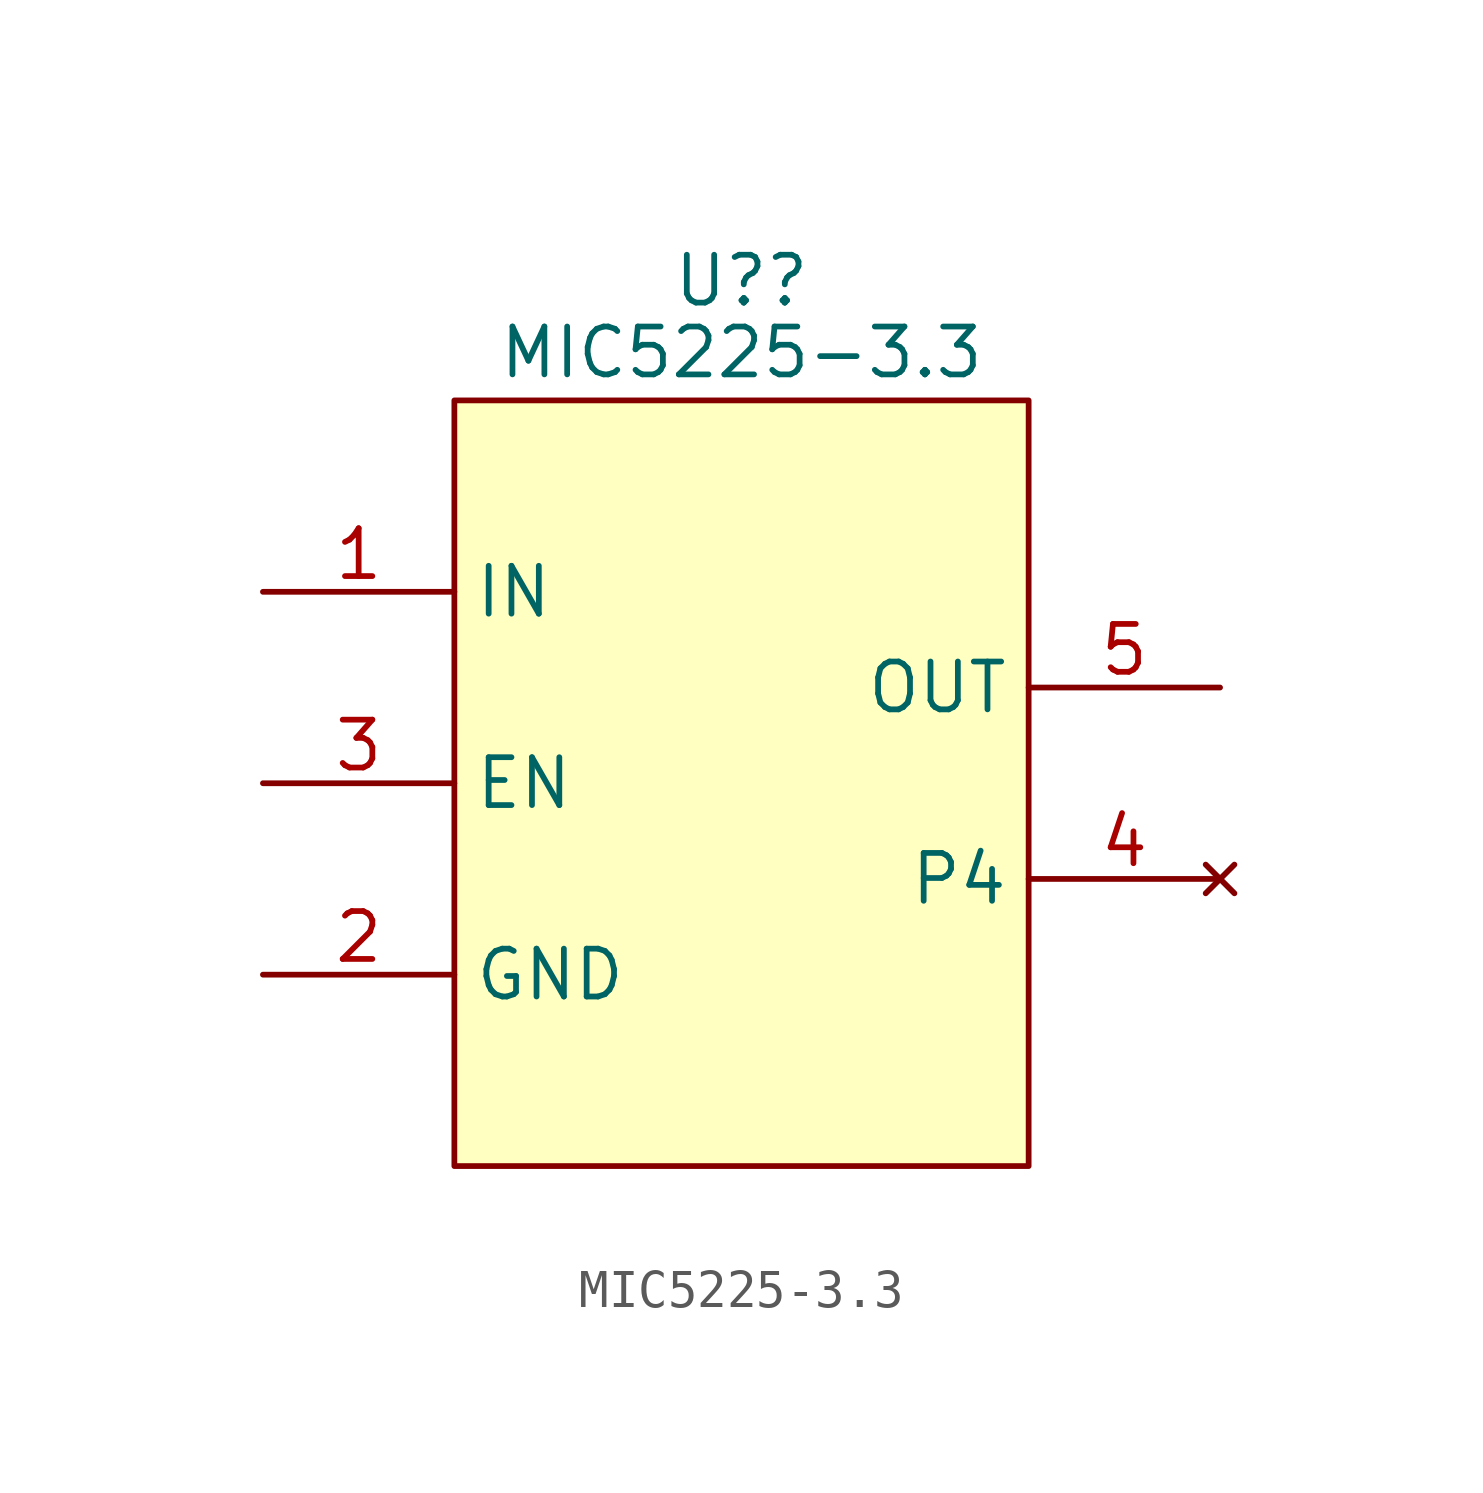
<source format=kicad_sym>
(kicad_symbol_lib
  (version 20211014)
  (generator kicad_symbol_editor)
  (symbol "MIC5225-3.3"
    (property "Reference" "U?"
      (at 0 13.335 0)
      (effects (font (size 1.27 1.27))))
    (property "Value" "MIC5225-3.3"
      (at 0 11.43 0)
      (effects (font (size 1.27 1.27))))
    (symbol "MIC5225-3.3_0_1"
      (rectangle (start -7.62 10.16) (end 7.62 -10.16) (stroke (width 0) (type default) (color 0 0 0 0)) (fill (type background))))
    (symbol "MIC5225-3.3_1_1"
      (pin power_in line (at -12.7 5.08 0) (length 5.08) (name "IN" (effects (font (size 1.27 1.27)))) (number "1" (effects (font (size 1.27 1.27)))))
      (pin power_in line (at -12.7 -5.08 0) (length 5.08) (name "GND" (effects (font (size 1.27 1.27)))) (number "2" (effects (font (size 1.27 1.27)))))
      (pin input line (at -12.7 0 0) (length 5.08) (name "EN" (effects (font (size 1.27 1.27)))) (number "3" (effects (font (size 1.27 1.27)))))
      (pin no_connect line (at 12.7 -2.54 180) (length 5.08) (name "P4" (effects (font (size 1.27 1.27)))) (number "4" (effects (font (size 1.27 1.27)))))
      (pin power_out line (at 12.7 2.54 180) (length 5.08) (name "OUT" (effects (font (size 1.27 1.27)))) (number "5" (effects (font (size 1.27 1.27))))))))
</source>
